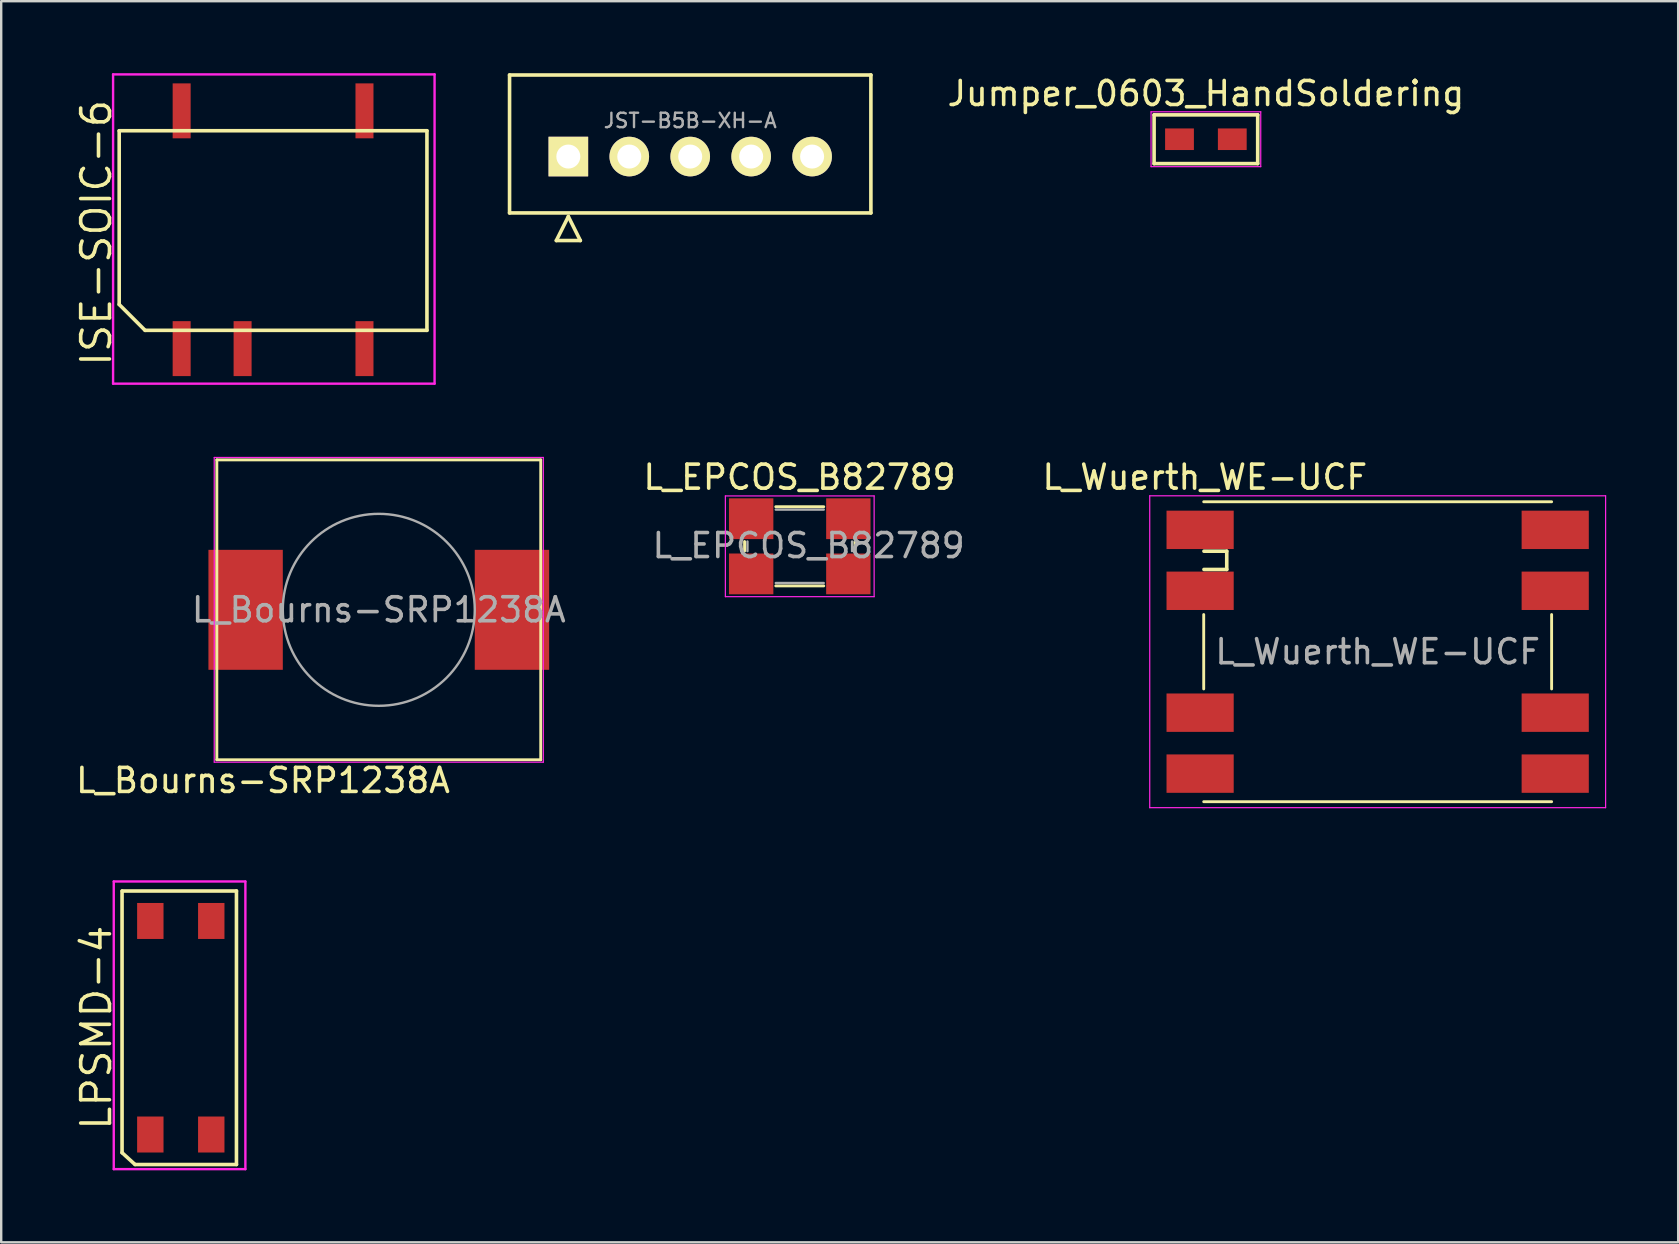
<source format=kicad_pcb>
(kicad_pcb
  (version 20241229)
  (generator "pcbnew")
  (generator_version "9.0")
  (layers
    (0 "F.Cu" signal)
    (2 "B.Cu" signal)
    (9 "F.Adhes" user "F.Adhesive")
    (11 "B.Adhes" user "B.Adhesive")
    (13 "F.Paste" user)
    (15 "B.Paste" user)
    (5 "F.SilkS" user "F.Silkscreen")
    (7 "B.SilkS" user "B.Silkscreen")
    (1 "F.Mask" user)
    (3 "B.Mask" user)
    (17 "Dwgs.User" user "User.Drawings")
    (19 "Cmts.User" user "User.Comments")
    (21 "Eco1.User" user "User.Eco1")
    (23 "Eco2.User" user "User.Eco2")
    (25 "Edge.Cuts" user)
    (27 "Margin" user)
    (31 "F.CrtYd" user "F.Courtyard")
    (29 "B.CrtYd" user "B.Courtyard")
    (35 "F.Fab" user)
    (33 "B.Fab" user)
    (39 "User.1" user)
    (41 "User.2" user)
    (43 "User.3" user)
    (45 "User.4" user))
  (footprint "JST-B5B-XH-A"
    (layer "F.Cu")
    (at 25.641 2.967)
    (property "Reference" "JST-B5B-XH-A" (at 0.076 -0.991 0) (layer "F.Fab") (effects (font (size 0.6 0.6) (thickness 0.1))))
    (attr through_hole)
    (fp_line (start -7.454 -2.892) (end -7.454 2.858) (stroke (width 0.15) (type solid)) (layer "F.SilkS"))
    (fp_line (start -7.454 -2.892) (end 7.606 -2.892) (stroke (width 0.15) (type solid)) (layer "F.SilkS"))
    (fp_line (start -5.504 4.008) (end -4.504 4.008) (stroke (width 0.15) (type solid)) (layer "F.SilkS"))
    (fp_line (start -5.004 3.008) (end -5.504 4.008) (stroke (width 0.15) (type solid)) (layer "F.SilkS"))
    (fp_line (start -4.504 4.008) (end -5.004 3.008) (stroke (width 0.15) (type solid)) (layer "F.SilkS"))
    (fp_line (start 7.606 2.858) (end -7.454 2.858) (stroke (width 0.15) (type solid)) (layer "F.SilkS"))
    (fp_line (start 7.606 2.858) (end 7.606 -2.892) (stroke (width 0.15) (type solid)) (layer "F.SilkS"))
    (pad "1" thru_hole rect (at -5.004 0.508) (size 1.65 1.65) (drill 1) (layers "*.Cu" "*.Mask" "F.SilkS"))
    (pad "2" thru_hole circle (at -2.464 0.508) (size 1.65 1.65) (drill 1) (layers "*.Cu" "*.Mask" "F.SilkS"))
    (pad "3" thru_hole circle (at 0.076 0.508) (size 1.65 1.65) (drill 1) (layers "*.Cu" "*.Mask" "F.SilkS"))
    (pad "4" thru_hole circle (at 2.616 0.508) (size 1.65 1.65) (drill 1) (layers "*.Cu" "*.Mask" "F.SilkS"))
    (pad "5" thru_hole circle (at 5.156 0.508) (size 1.65 1.65) (drill 1) (layers "*.Cu" "*.Mask" "F.SilkS")))
  (footprint "L_Bourns-SRP1238A"
    (layer "F.Cu")
    (at 12.737 22.366)
    (property "Reference" "L_Bourns-SRP1238A" (at -4.826 7.112 0) (layer "F.SilkS") (effects (font (size 1 1) (thickness 0.15))))
    (attr smd)
    (fp_line (start -6.75 6.25) (end -6.75 -6.25) (stroke (width 0.12) (type solid)) (layer "F.SilkS"))
    (fp_line (start 6.75 -6.25) (end -6.75 -6.25) (stroke (width 0.12) (type solid)) (layer "F.SilkS"))
    (fp_line (start 6.75 6.25) (end -6.75 6.25) (stroke (width 0.12) (type solid)) (layer "F.SilkS"))
    (fp_line (start 6.75 6.25) (end 6.75 -6.25) (stroke (width 0.12) (type solid)) (layer "F.SilkS"))
    (fp_line (start -6.858 -6.35) (end 6.858 -6.35) (stroke (width 0.05) (type solid)) (layer "F.CrtYd"))
    (fp_line (start -6.858 6.35) (end -6.858 -6.35) (stroke (width 0.05) (type solid)) (layer "F.CrtYd"))
    (fp_line (start 6.858 -6.35) (end 6.858 6.35) (stroke (width 0.05) (type solid)) (layer "F.CrtYd"))
    (fp_line (start 6.858 6.35) (end -6.858 6.35) (stroke (width 0.05) (type solid)) (layer "F.CrtYd"))
    (fp_circle (center 0 0) (end 4 0) (stroke (width 0.1) (type solid)) (fill no) (layer "F.Fab"))
    (fp_text user "${REFERENCE}" (at 0 0 0) (layer "F.Fab") (effects (font (size 1 1) (thickness 0.15))))
    (pad "1" smd rect (at -5.55 0) (size 3.1 5) (layers "F.Cu" "F.Mask" "F.Paste"))
    (pad "2" smd rect (at 5.55 0) (size 3.1 5) (layers "F.Cu" "F.Mask" "F.Paste")))
  (footprint "L_Wuerth_WE-UCF"
    (layer "F.Cu")
    (at 54.368 24.113)
    (property "Reference" "L_Wuerth_WE-UCF" (at -7.203 -7.275 0) (layer "F.SilkS") (effects (font (size 1 1) (thickness 0.15))))
    (attr smd)
    (fp_line (start -7.25 -6.25) (end 7.25 -6.25) (stroke (width 0.12) (type solid)) (layer "F.SilkS"))
    (fp_line (start -7.25 1.55) (end -7.25 -1.55) (stroke (width 0.12) (type solid)) (layer "F.SilkS"))
    (fp_line (start -7.25 6.25) (end 7.25 6.25) (stroke (width 0.12) (type solid)) (layer "F.SilkS"))
    (fp_line (start -7.24 -4.19) (end -6.29 -4.19) (stroke (width 0.15) (type solid)) (layer "F.SilkS"))
    (fp_line (start -6.29 -4.19) (end -6.29 -3.43) (stroke (width 0.15) (type solid)) (layer "F.SilkS"))
    (fp_line (start -6.29 -3.43) (end -7.24 -3.43) (stroke (width 0.15) (type solid)) (layer "F.SilkS"))
    (fp_line (start 7.25 1.55) (end 7.25 -1.55) (stroke (width 0.12) (type solid)) (layer "F.SilkS"))
    (fp_line (start -9.5 -6.5) (end -9.5 6.5) (stroke (width 0.05) (type solid)) (layer "F.CrtYd"))
    (fp_line (start -9.5 6.5) (end 9.5 6.5) (stroke (width 0.05) (type solid)) (layer "F.CrtYd"))
    (fp_line (start 9.5 -6.5) (end -9.5 -6.5) (stroke (width 0.05) (type solid)) (layer "F.CrtYd"))
    (fp_line (start 9.5 6.5) (end 9.5 -6.5) (stroke (width 0.05) (type solid)) (layer "F.CrtYd"))
    (fp_text user "${REFERENCE}" (at 0 0 0) (layer "F.Fab") (effects (font (size 1 1) (thickness 0.15))))
    (pad "1" smd rect (at -7.4 -5.08) (size 2.8 1.6) (layers "F.Cu" "F.Mask" "F.Paste"))
    (pad "2" smd rect (at -7.4 -2.54) (size 2.8 1.6) (layers "F.Cu" "F.Mask" "F.Paste"))
    (pad "4" smd rect (at -7.4 2.54) (size 2.8 1.6) (layers "F.Cu" "F.Mask" "F.Paste"))
    (pad "5" smd rect (at -7.4 5.08) (size 2.8 1.6) (layers "F.Cu" "F.Mask" "F.Paste"))
    (pad "6" smd rect (at 7.4 5.08) (size 2.8 1.6) (layers "F.Cu" "F.Mask" "F.Paste"))
    (pad "7" smd rect (at 7.4 2.54) (size 2.8 1.6) (layers "F.Cu" "F.Mask" "F.Paste"))
    (pad "9" smd rect (at 7.4 -2.54) (size 2.8 1.6) (layers "F.Cu" "F.Mask" "F.Paste"))
    (pad "10" smd rect (at 7.4 -5.08) (size 2.8 1.6) (layers "F.Cu" "F.Mask" "F.Paste")))
  (footprint "ISE-SOIC-6"
    (layer "F.Cu")
    (at 8.331 6.4)
    (property "Reference" "ISE-SOIC-6" (at -7.366 0.254 90) (layer "F.SilkS") (effects (font (size 1.2 1.2) (thickness 0.15))))
    (attr smd)
    (fp_line (start -6.414 3.239) (end -5.334 4.318) (stroke (width 0.15) (type solid)) (layer "F.SilkS"))
    (fp_line (start -6.413 -4) (end -6.413 3.239) (stroke (width 0.15) (type solid)) (layer "F.SilkS"))
    (fp_line (start -5.334 4.318) (end 6.413 4.318) (stroke (width 0.15) (type solid)) (layer "F.SilkS"))
    (fp_line (start 6.413 -4) (end -6.413 -4) (stroke (width 0.15) (type solid)) (layer "F.SilkS"))
    (fp_line (start 6.413 4.318) (end 6.413 -4.001) (stroke (width 0.15) (type solid)) (layer "F.SilkS"))
    (fp_line (start -6.668 -6.35) (end -6.668 6.54) (stroke (width 0.1) (type solid)) (layer "F.CrtYd"))
    (fp_line (start -6.668 6.54) (end 6.731 6.54) (stroke (width 0.1) (type solid)) (layer "F.CrtYd"))
    (fp_line (start 6.731 -6.35) (end -6.668 -6.35) (stroke (width 0.1) (type solid)) (layer "F.CrtYd"))
    (fp_line (start 6.731 6.54) (end 6.731 -6.35) (stroke (width 0.1) (type solid)) (layer "F.CrtYd"))
    (pad "1" smd rect (at -3.81 5.08) (size 0.75 2.29) (layers "F.Cu" "F.Mask" "F.Paste"))
    (pad "2" smd rect (at -1.27 5.08) (size 0.75 2.29) (layers "F.Cu" "F.Mask" "F.Paste"))
    (pad "4" smd rect (at 3.81 5.08) (size 0.75 2.29) (layers "F.Cu" "F.Mask" "F.Paste"))
    (pad "5" smd rect (at 3.81 -4.83) (size 0.75 2.29) (layers "F.Cu" "F.Mask" "F.Paste"))
    (pad "8" smd rect (at -3.81 -4.83) (size 0.75 2.29) (layers "F.Cu" "F.Mask" "F.Paste")))
  (footprint "Jumper_0603_HandSoldering"
    (layer "F.Cu")
    (at 47.209 2.753)
    (property "Reference" "Jumper_0603_HandSoldering" (at 0 -1.905 0) (layer "F.SilkS") (effects (font (size 1 1) (thickness 0.15))))
    (attr smd)
    (fp_line (start -2.159 -1.016) (end -2.159 1.016) (stroke (width 0.15) (type solid)) (layer "F.SilkS"))
    (fp_line (start -2.159 -1.016) (end 2.159 -1.016) (stroke (width 0.15) (type solid)) (layer "F.SilkS"))
    (fp_line (start 2.159 -1.016) (end 2.159 1.016) (stroke (width 0.15) (type solid)) (layer "F.SilkS"))
    (fp_line (start 2.159 1.016) (end -2.159 1.016) (stroke (width 0.15) (type solid)) (layer "F.SilkS"))
    (fp_line (start -2.286 -1.143) (end -2.286 1.143) (stroke (width 0.05) (type solid)) (layer "F.CrtYd"))
    (fp_line (start -2.286 -1.143) (end 2.286 -1.143) (stroke (width 0.05) (type solid)) (layer "F.CrtYd"))
    (fp_line (start -2.286 1.143) (end 2.286 1.143) (stroke (width 0.05) (type solid)) (layer "F.CrtYd"))
    (fp_line (start 2.286 -1.143) (end 2.286 1.143) (stroke (width 0.05) (type solid)) (layer "F.CrtYd"))
    (pad "1" smd rect (at -1.1 0) (size 1.2 0.9) (layers "F.Cu" "F.Mask" "F.Paste"))
    (pad "2" smd rect (at 1.1 0) (size 1.2 0.9) (layers "F.Cu" "F.Mask" "F.Paste")))
  (footprint "LPSMD-4"
    (layer "F.Cu")
    (at 4.485 39.784)
    (property "Reference" "LPSMD-4" (at -3.52 0 90) (layer "F.SilkS") (effects (font (size 1.2 1.2) (thickness 0.15))))
    (attr smd)
    (fp_line (start -2.448 -5.7) (end -2.448 5.207) (stroke (width 0.15) (type solid)) (layer "F.SilkS"))
    (fp_line (start -2.448 5.207) (end -1.908 5.7) (stroke (width 0.15) (type solid)) (layer "F.SilkS"))
    (fp_line (start -1.905 5.7) (end 2.32 5.7) (stroke (width 0.15) (type solid)) (layer "F.SilkS"))
    (fp_line (start 2.32 -5.7) (end -2.438 -5.7) (stroke (width 0.15) (type solid)) (layer "F.SilkS"))
    (fp_line (start 2.32 5.7) (end 2.32 -5.7) (stroke (width 0.15) (type solid)) (layer "F.SilkS"))
    (fp_line (start -2.794 5.893) (end 2.692 5.893) (stroke (width 0.1) (type solid)) (layer "F.CrtYd"))
    (fp_line (start -2.794 -6.096) (end 2.692 -6.096) (stroke (width 0.1) (type solid)) (layer "F.CrtYd"))
    (fp_line (start -2.794 5.893) (end -2.794 -6.096) (stroke (width 0.1) (type solid)) (layer "F.CrtYd"))
    (fp_line (start 2.692 -6.096) (end 2.692 5.893) (stroke (width 0.1) (type solid)) (layer "F.CrtYd"))
    (pad "1" smd rect (at -1.27 4.45) (size 1.1 1.5) (layers "F.Cu" "F.Mask" "F.Paste"))
    (pad "2" smd rect (at -1.27 -4.45) (size 1.1 1.5) (layers "F.Cu" "F.Mask" "F.Paste"))
    (pad "3" smd rect (at 1.27 4.45) (size 1.1 1.5) (layers "F.Cu" "F.Mask" "F.Paste"))
    (pad "4" smd rect (at 1.27 -4.45) (size 1.1 1.5) (layers "F.Cu" "F.Mask" "F.Paste")))
  (footprint "L_EPCOS_B82789"
    (layer "F.Cu")
    (at 30.282 19.719)
    (property "Reference" "L_EPCOS_B82789" (at -0.01 -2.88 0) (layer "F.SilkS") (effects (font (size 1 1) (thickness 0.15))))
    (attr smd)
    (fp_line (start -2.3 0.2) (end -2.3 -0.2) (stroke (width 0.12) (type solid)) (layer "F.SilkS"))
    (fp_line (start 1 -1.65) (end -1 -1.65) (stroke (width 0.12) (type solid)) (layer "F.SilkS"))
    (fp_line (start 1 1.65) (end -1 1.65) (stroke (width 0.12) (type solid)) (layer "F.SilkS"))
    (fp_line (start 2.3 0.2) (end 2.3 -0.2) (stroke (width 0.12) (type solid)) (layer "F.SilkS"))
    (fp_line (start -3.1 -2.1) (end 3.1 -2.1) (stroke (width 0.05) (type solid)) (layer "F.CrtYd"))
    (fp_line (start -3.1 2.1) (end -3.1 -2.1) (stroke (width 0.05) (type solid)) (layer "F.CrtYd"))
    (fp_line (start 3.1 -2.1) (end 3.1 2.1) (stroke (width 0.05) (type solid)) (layer "F.CrtYd"))
    (fp_line (start 3.1 2.1) (end -3.1 2.1) (stroke (width 0.05) (type solid)) (layer "F.CrtYd"))
    (fp_line (start -2.18 0.2) (end -2.18 -0.2) (stroke (width 0.1) (type solid)) (layer "F.Fab"))
    (fp_line (start 1 -1.53) (end -1 -1.53) (stroke (width 0.1) (type solid)) (layer "F.Fab"))
    (fp_line (start 1 1.53) (end -1 1.53) (stroke (width 0.1) (type solid)) (layer "F.Fab"))
    (fp_line (start 2.18 0.2) (end 2.18 -0.2) (stroke (width 0.1) (type solid)) (layer "F.Fab"))
    (fp_text user "${REFERENCE}" (at 0.37 -0.03 0) (layer "F.Fab") (effects (font (size 1 1) (thickness 0.15))))
    (pad "1" smd rect (at -2.025 -1.15) (size 1.85 1.7) (layers "F.Cu" "F.Mask" "F.Paste"))
    (pad "2" smd rect (at 2.025 -1.15) (size 1.85 1.7) (layers "F.Cu" "F.Mask" "F.Paste"))
    (pad "3" smd rect (at 2.025 1.15) (size 1.85 1.7) (layers "F.Cu" "F.Mask" "F.Paste"))
    (pad "4" smd rect (at -2.025 1.15) (size 1.85 1.7) (layers "F.Cu" "F.Mask" "F.Paste")))
  (gr_rect
    (start -3 -3)
    (end 66.893 48.727)
    (stroke (width 0.1) (type default))
    (fill no)
    (layer "Edge.Cuts")))
</source>
